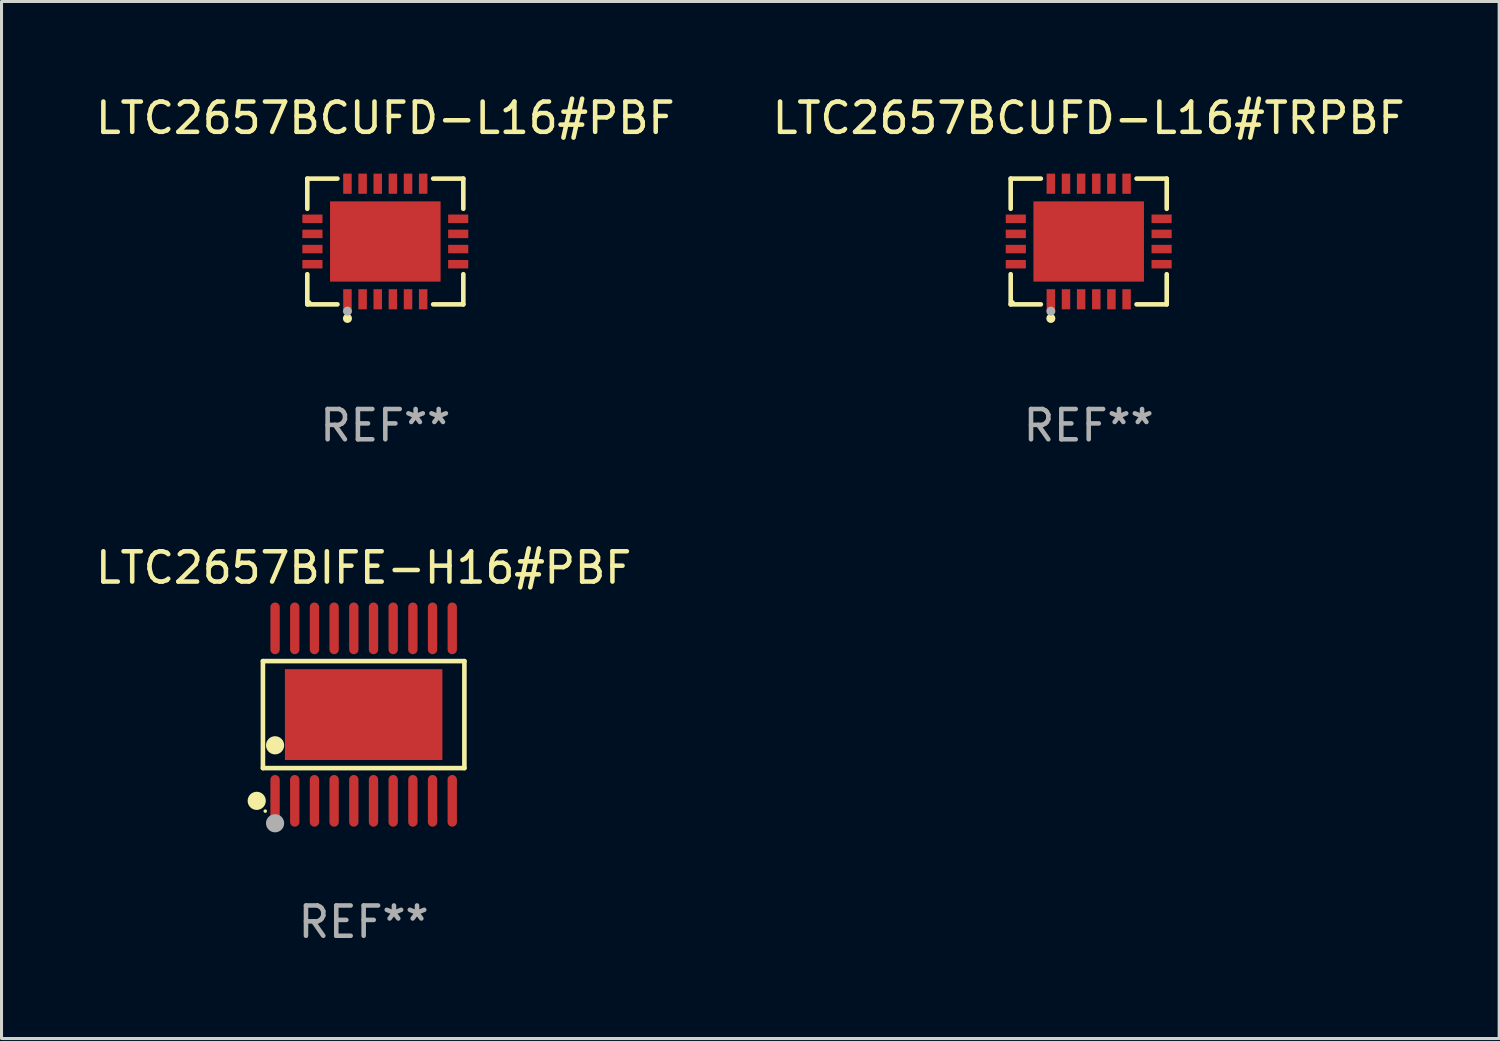
<source format=kicad_pcb>
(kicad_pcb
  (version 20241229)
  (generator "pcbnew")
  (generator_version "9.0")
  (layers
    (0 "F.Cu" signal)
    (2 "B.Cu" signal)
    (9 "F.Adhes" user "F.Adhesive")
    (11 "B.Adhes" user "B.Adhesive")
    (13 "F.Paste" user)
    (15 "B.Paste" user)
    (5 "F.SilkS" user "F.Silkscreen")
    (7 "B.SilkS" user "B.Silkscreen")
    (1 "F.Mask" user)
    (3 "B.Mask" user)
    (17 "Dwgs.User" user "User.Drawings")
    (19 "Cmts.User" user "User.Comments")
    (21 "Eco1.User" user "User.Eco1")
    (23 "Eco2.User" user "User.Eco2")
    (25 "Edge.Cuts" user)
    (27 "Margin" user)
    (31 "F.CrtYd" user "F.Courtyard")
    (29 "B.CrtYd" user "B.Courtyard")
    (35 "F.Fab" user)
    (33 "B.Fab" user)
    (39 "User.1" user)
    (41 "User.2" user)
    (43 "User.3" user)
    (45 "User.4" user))
  (footprint "LTC2657BCUFD-L16#PBF"
    (layer "F.Cu")
    (at 9.673 4.924)
    (property "Reference" "LTC2657BCUFD-L16#PBF" (at 0 -4.076 0) (layer "F.SilkS") (effects (font (size 1 1) (thickness 0.15))))
    (attr through_hole)
    (fp_line (start -2.576 -2.076) (end -1.58 -2.076) (stroke (width 0.152) (type solid)) (layer "F.SilkS"))
    (fp_line (start -2.576 -1.08) (end -2.576 -2.076) (stroke (width 0.152) (type solid)) (layer "F.SilkS"))
    (fp_line (start -2.576 1.08) (end -2.576 2.076) (stroke (width 0.152) (type solid)) (layer "F.SilkS"))
    (fp_line (start -2.576 2.076) (end -1.58 2.076) (stroke (width 0.152) (type solid)) (layer "F.SilkS"))
    (fp_line (start 2.576 -2.076) (end 1.58 -2.076) (stroke (width 0.152) (type solid)) (layer "F.SilkS"))
    (fp_line (start 2.576 -1.08) (end 2.576 -2.076) (stroke (width 0.152) (type solid)) (layer "F.SilkS"))
    (fp_line (start 2.576 1.08) (end 2.576 2.076) (stroke (width 0.152) (type solid)) (layer "F.SilkS"))
    (fp_line (start 2.576 2.076) (end 1.58 2.076) (stroke (width 0.152) (type solid)) (layer "F.SilkS"))
    (fp_circle (center -2.5 2) (end -2.47 2) (stroke (width 0.06) (type solid)) (fill no) (layer "F.SilkS"))
    (fp_circle (center -1.25 2.54) (end -1.175 2.54) (stroke (width 0.15) (type solid)) (fill no) (layer "F.SilkS"))
    (fp_circle (center -1.25 2.3) (end -1.175 2.3) (stroke (width 0.15) (type solid)) (fill no) (layer "F.Fab"))
    (fp_text user "REF**" (at 0 6.076 0) (layer "F.Fab") (effects (font (size 1 1) (thickness 0.15))))
    (pad "1" smd rect (at -1.25 1.908) (size 0.28 0.665) (layers "F.Cu" "F.Mask" "F.Paste"))
    (pad "2" smd rect (at -0.75 1.908) (size 0.28 0.665) (layers "F.Cu" "F.Mask" "F.Paste"))
    (pad "3" smd rect (at -0.25 1.908) (size 0.28 0.665) (layers "F.Cu" "F.Mask" "F.Paste"))
    (pad "4" smd rect (at 0.25 1.908) (size 0.28 0.665) (layers "F.Cu" "F.Mask" "F.Paste"))
    (pad "5" smd rect (at 0.75 1.908) (size 0.28 0.665) (layers "F.Cu" "F.Mask" "F.Paste"))
    (pad "6" smd rect (at 1.25 1.908) (size 0.28 0.665) (layers "F.Cu" "F.Mask" "F.Paste"))
    (pad "7" smd rect (at 2.407 0.75) (size 0.665 0.28) (layers "F.Cu" "F.Mask" "F.Paste"))
    (pad "8" smd rect (at 2.407 0.25) (size 0.665 0.28) (layers "F.Cu" "F.Mask" "F.Paste"))
    (pad "9" smd rect (at 2.407 -0.25) (size 0.665 0.28) (layers "F.Cu" "F.Mask" "F.Paste"))
    (pad "10" smd rect (at 2.407 -0.75) (size 0.665 0.28) (layers "F.Cu" "F.Mask" "F.Paste"))
    (pad "11" smd rect (at 1.25 -1.908) (size 0.28 0.665) (layers "F.Cu" "F.Mask" "F.Paste"))
    (pad "12" smd rect (at 0.75 -1.908) (size 0.28 0.665) (layers "F.Cu" "F.Mask" "F.Paste"))
    (pad "13" smd rect (at 0.25 -1.908) (size 0.28 0.665) (layers "F.Cu" "F.Mask" "F.Paste"))
    (pad "14" smd rect (at -0.25 -1.908) (size 0.28 0.665) (layers "F.Cu" "F.Mask" "F.Paste"))
    (pad "15" smd rect (at -0.75 -1.908) (size 0.28 0.665) (layers "F.Cu" "F.Mask" "F.Paste"))
    (pad "16" smd rect (at -1.25 -1.908) (size 0.28 0.665) (layers "F.Cu" "F.Mask" "F.Paste"))
    (pad "17" smd rect (at -2.407 -0.75) (size 0.665 0.28) (layers "F.Cu" "F.Mask" "F.Paste"))
    (pad "18" smd rect (at -2.407 -0.25) (size 0.665 0.28) (layers "F.Cu" "F.Mask" "F.Paste"))
    (pad "19" smd rect (at -2.407 0.25) (size 0.665 0.28) (layers "F.Cu" "F.Mask" "F.Paste"))
    (pad "20" smd rect (at -2.407 0.75) (size 0.665 0.28) (layers "F.Cu" "F.Mask" "F.Paste"))
    (pad "21" smd rect (at 0 0) (size 3.65 2.65) (layers "F.Cu" "F.Mask" "F.Paste")))
  (footprint "LTC2657BCUFD-L16#TRPBF"
    (layer "F.Cu")
    (at 32.899 4.924)
    (property "Reference" "LTC2657BCUFD-L16#TRPBF" (at 0 -4.076 0) (layer "F.SilkS") (effects (font (size 1 1) (thickness 0.15))))
    (attr through_hole)
    (fp_line (start -2.576 -2.076) (end -1.58 -2.076) (stroke (width 0.152) (type solid)) (layer "F.SilkS"))
    (fp_line (start -2.576 -1.08) (end -2.576 -2.076) (stroke (width 0.152) (type solid)) (layer "F.SilkS"))
    (fp_line (start -2.576 1.08) (end -2.576 2.076) (stroke (width 0.152) (type solid)) (layer "F.SilkS"))
    (fp_line (start -2.576 2.076) (end -1.58 2.076) (stroke (width 0.152) (type solid)) (layer "F.SilkS"))
    (fp_line (start 2.576 -2.076) (end 1.58 -2.076) (stroke (width 0.152) (type solid)) (layer "F.SilkS"))
    (fp_line (start 2.576 -1.08) (end 2.576 -2.076) (stroke (width 0.152) (type solid)) (layer "F.SilkS"))
    (fp_line (start 2.576 1.08) (end 2.576 2.076) (stroke (width 0.152) (type solid)) (layer "F.SilkS"))
    (fp_line (start 2.576 2.076) (end 1.58 2.076) (stroke (width 0.152) (type solid)) (layer "F.SilkS"))
    (fp_circle (center -2.5 2) (end -2.47 2) (stroke (width 0.06) (type solid)) (fill no) (layer "F.SilkS"))
    (fp_circle (center -1.25 2.54) (end -1.175 2.54) (stroke (width 0.15) (type solid)) (fill no) (layer "F.SilkS"))
    (fp_circle (center -1.25 2.3) (end -1.175 2.3) (stroke (width 0.15) (type solid)) (fill no) (layer "F.Fab"))
    (fp_text user "REF**" (at 0 6.076 0) (layer "F.Fab") (effects (font (size 1 1) (thickness 0.15))))
    (pad "1" smd rect (at -1.25 1.908) (size 0.28 0.665) (layers "F.Cu" "F.Mask" "F.Paste"))
    (pad "2" smd rect (at -0.75 1.908) (size 0.28 0.665) (layers "F.Cu" "F.Mask" "F.Paste"))
    (pad "3" smd rect (at -0.25 1.908) (size 0.28 0.665) (layers "F.Cu" "F.Mask" "F.Paste"))
    (pad "4" smd rect (at 0.25 1.908) (size 0.28 0.665) (layers "F.Cu" "F.Mask" "F.Paste"))
    (pad "5" smd rect (at 0.75 1.908) (size 0.28 0.665) (layers "F.Cu" "F.Mask" "F.Paste"))
    (pad "6" smd rect (at 1.25 1.908) (size 0.28 0.665) (layers "F.Cu" "F.Mask" "F.Paste"))
    (pad "7" smd rect (at 2.407 0.75) (size 0.665 0.28) (layers "F.Cu" "F.Mask" "F.Paste"))
    (pad "8" smd rect (at 2.407 0.25) (size 0.665 0.28) (layers "F.Cu" "F.Mask" "F.Paste"))
    (pad "9" smd rect (at 2.407 -0.25) (size 0.665 0.28) (layers "F.Cu" "F.Mask" "F.Paste"))
    (pad "10" smd rect (at 2.407 -0.75) (size 0.665 0.28) (layers "F.Cu" "F.Mask" "F.Paste"))
    (pad "11" smd rect (at 1.25 -1.908) (size 0.28 0.665) (layers "F.Cu" "F.Mask" "F.Paste"))
    (pad "12" smd rect (at 0.75 -1.908) (size 0.28 0.665) (layers "F.Cu" "F.Mask" "F.Paste"))
    (pad "13" smd rect (at 0.25 -1.908) (size 0.28 0.665) (layers "F.Cu" "F.Mask" "F.Paste"))
    (pad "14" smd rect (at -0.25 -1.908) (size 0.28 0.665) (layers "F.Cu" "F.Mask" "F.Paste"))
    (pad "15" smd rect (at -0.75 -1.908) (size 0.28 0.665) (layers "F.Cu" "F.Mask" "F.Paste"))
    (pad "16" smd rect (at -1.25 -1.908) (size 0.28 0.665) (layers "F.Cu" "F.Mask" "F.Paste"))
    (pad "17" smd rect (at -2.407 -0.75) (size 0.665 0.28) (layers "F.Cu" "F.Mask" "F.Paste"))
    (pad "18" smd rect (at -2.407 -0.25) (size 0.665 0.28) (layers "F.Cu" "F.Mask" "F.Paste"))
    (pad "19" smd rect (at -2.407 0.25) (size 0.665 0.28) (layers "F.Cu" "F.Mask" "F.Paste"))
    (pad "20" smd rect (at -2.407 0.75) (size 0.665 0.28) (layers "F.Cu" "F.Mask" "F.Paste"))
    (pad "21" smd rect (at 0 0) (size 3.65 2.65) (layers "F.Cu" "F.Mask" "F.Paste")))
  (footprint "LTC2657BIFE-H16#PBF"
    (layer "F.Cu")
    (at 8.958 20.546)
    (property "Reference" "LTC2657BIFE-H16#PBF" (at 0 -4.848 0) (layer "F.SilkS") (effects (font (size 1 1) (thickness 0.15))))
    (attr through_hole)
    (fp_line (start -3.326 -1.766) (end 3.326 -1.766) (stroke (width 0.152) (type solid)) (layer "F.SilkS"))
    (fp_line (start -3.326 1.766) (end -3.326 -1.766) (stroke (width 0.152) (type solid)) (layer "F.SilkS"))
    (fp_line (start 3.326 -1.766) (end 3.326 1.766) (stroke (width 0.152) (type solid)) (layer "F.SilkS"))
    (fp_line (start 3.326 1.766) (end -3.326 1.766) (stroke (width 0.152) (type solid)) (layer "F.SilkS"))
    (fp_circle (center -3.531 2.848) (end -3.381 2.848) (stroke (width 0.3) (type solid)) (fill no) (layer "F.SilkS"))
    (fp_circle (center -3.25 3.187) (end -3.22 3.187) (stroke (width 0.06) (type solid)) (fill no) (layer "F.SilkS"))
    (fp_circle (center -2.925 1.014) (end -2.775 1.014) (stroke (width 0.3) (type solid)) (fill no) (layer "F.SilkS"))
    (fp_circle (center -2.925 3.588) (end -2.775 3.588) (stroke (width 0.3) (type solid)) (fill no) (layer "F.Fab"))
    (fp_text user "REF**" (at 0 6.848 0) (layer "F.Fab") (effects (font (size 1 1) (thickness 0.15))))
    (pad "1" smd oval (at -2.925 2.848) (size 0.308 1.707) (layers "F.Cu" "F.Mask" "F.Paste"))
    (pad "2" smd oval (at -2.275 2.848) (size 0.308 1.707) (layers "F.Cu" "F.Mask" "F.Paste"))
    (pad "3" smd oval (at -1.625 2.848) (size 0.308 1.707) (layers "F.Cu" "F.Mask" "F.Paste"))
    (pad "4" smd oval (at -0.975 2.848) (size 0.308 1.707) (layers "F.Cu" "F.Mask" "F.Paste"))
    (pad "5" smd oval (at -0.325 2.848) (size 0.308 1.707) (layers "F.Cu" "F.Mask" "F.Paste"))
    (pad "6" smd oval (at 0.325 2.848) (size 0.308 1.707) (layers "F.Cu" "F.Mask" "F.Paste"))
    (pad "7" smd oval (at 0.975 2.848) (size 0.308 1.707) (layers "F.Cu" "F.Mask" "F.Paste"))
    (pad "8" smd oval (at 1.625 2.848) (size 0.308 1.707) (layers "F.Cu" "F.Mask" "F.Paste"))
    (pad "9" smd oval (at 2.275 2.848) (size 0.308 1.707) (layers "F.Cu" "F.Mask" "F.Paste"))
    (pad "10" smd oval (at 2.925 2.848) (size 0.308 1.707) (layers "F.Cu" "F.Mask" "F.Paste"))
    (pad "11" smd oval (at 2.925 -2.848) (size 0.308 1.707) (layers "F.Cu" "F.Mask" "F.Paste"))
    (pad "12" smd oval (at 2.275 -2.848) (size 0.308 1.707) (layers "F.Cu" "F.Mask" "F.Paste"))
    (pad "13" smd oval (at 1.625 -2.848) (size 0.308 1.707) (layers "F.Cu" "F.Mask" "F.Paste"))
    (pad "14" smd oval (at 0.975 -2.848) (size 0.308 1.707) (layers "F.Cu" "F.Mask" "F.Paste"))
    (pad "15" smd oval (at 0.325 -2.848) (size 0.308 1.707) (layers "F.Cu" "F.Mask" "F.Paste"))
    (pad "16" smd oval (at -0.325 -2.848) (size 0.308 1.707) (layers "F.Cu" "F.Mask" "F.Paste"))
    (pad "17" smd oval (at -0.975 -2.848) (size 0.308 1.707) (layers "F.Cu" "F.Mask" "F.Paste"))
    (pad "18" smd oval (at -1.625 -2.848) (size 0.308 1.707) (layers "F.Cu" "F.Mask" "F.Paste"))
    (pad "19" smd oval (at -2.275 -2.848) (size 0.308 1.707) (layers "F.Cu" "F.Mask" "F.Paste"))
    (pad "20" smd oval (at -2.925 -2.848) (size 0.308 1.707) (layers "F.Cu" "F.Mask" "F.Paste"))
    (pad "21" smd rect (at 0 0) (size 5.2 3) (layers "F.Cu" "F.Mask" "F.Paste")))
  (gr_rect
    (start -3 -3)
    (end 46.452 31.242)
    (stroke (width 0.1) (type default))
    (fill no)
    (layer "Edge.Cuts")))
</source>
